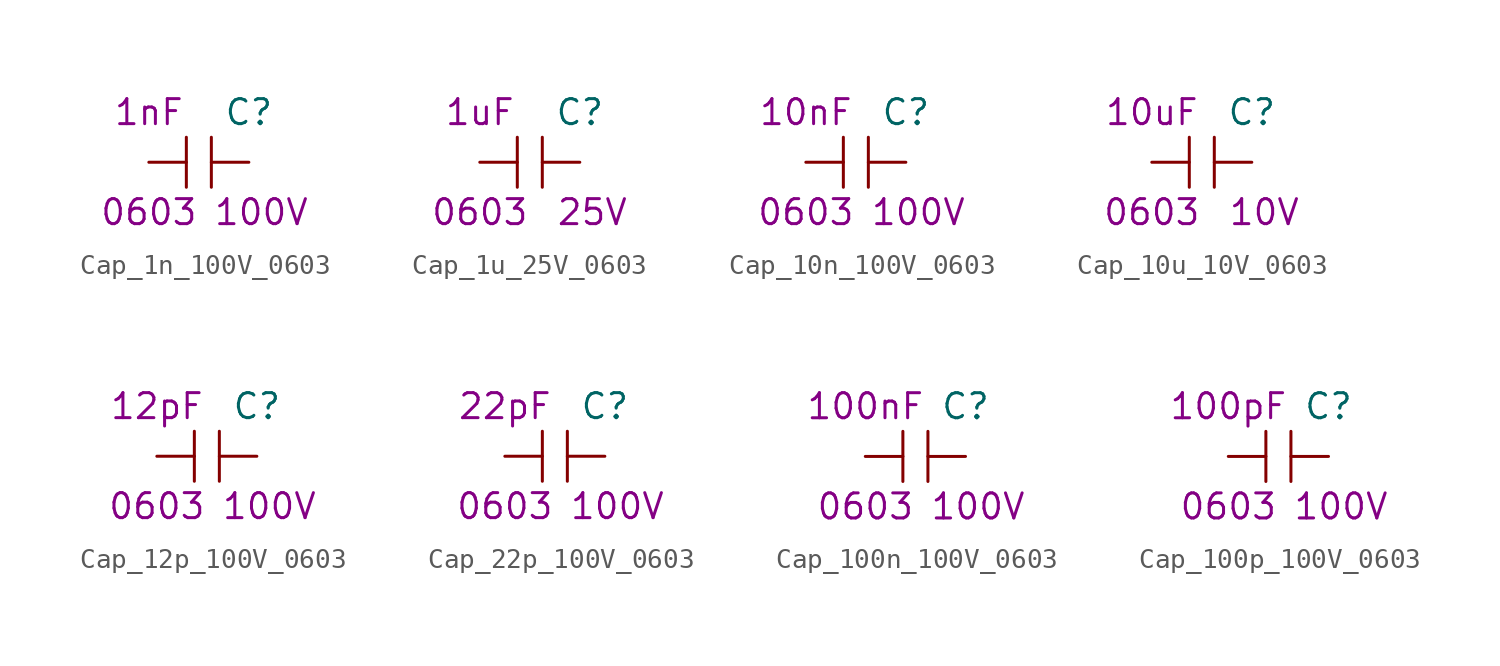
<source format=kicad_sym>
(kicad_symbol_lib
  (version 20211014)
  (generator kicad_symbol_editor)
  (symbol "Cap_1n_100V_0603"
    (pin_numbers hide)
    (pin_names
      (offset 0) hide)
    (property "Reference" "C"
      (at 5.08 2.54 0)
      (effects (font (size 1.27 1.27))))
    (property "Package" "0603"
      (at 0 -2.54 0)
      (effects (font (size 1.27 1.27))))
    (property "Voltage" "100V"
      (at 5.715 -2.54 0)
      (effects (font (size 1.27 1.27))))
    (property "Property" "1nF"
      (at 0 2.54 0)
      (effects (font (size 1.27 1.27))))
    (symbol "Cap_1n_100V_0603_0_1"
      (polyline (pts (xy 1.905 1.27) (xy 1.905 -1.27)) (stroke (width 0) (type default) (color 0 0 0 0)) (fill (type none)))
      (polyline (pts (xy 3.175 1.27) (xy 3.175 -1.27)) (stroke (width 0) (type default) (color 0 0 0 0)) (fill (type none))))
    (symbol "Cap_1n_100V_0603_1_1"
      (pin passive line (at 0 0 0) (length 1.905) (name "~" (effects (font (size 1.27 1.27)))) (number "1" (effects (font (size 1.27 1.27)))))
      (pin passive line (at 5.08 0 180) (length 1.905) (name "~" (effects (font (size 1.27 1.27)))) (number "2" (effects (font (size 1.27 1.27)))))))
  (symbol "Cap_1u_25V_0603"
    (pin_numbers hide)
    (pin_names
      (offset 0) hide)
    (property "Reference" "C"
      (at 5.08 2.54 0)
      (effects (font (size 1.27 1.27))))
    (property "Package" "0603"
      (at 0 -2.54 0)
      (effects (font (size 1.27 1.27))))
    (property "Voltage" "25V"
      (at 5.715 -2.54 0)
      (effects (font (size 1.27 1.27))))
    (property "Property" "1uF"
      (at 0 2.54 0)
      (effects (font (size 1.27 1.27))))
    (symbol "Cap_1u_25V_0603_0_1"
      (polyline (pts (xy 1.905 1.27) (xy 1.905 -1.27)) (stroke (width 0) (type default) (color 0 0 0 0)) (fill (type none)))
      (polyline (pts (xy 3.175 1.27) (xy 3.175 -1.27)) (stroke (width 0) (type default) (color 0 0 0 0)) (fill (type none))))
    (symbol "Cap_1u_25V_0603_1_1"
      (pin passive line (at 0 0 0) (length 1.905) (name "~" (effects (font (size 1.27 1.27)))) (number "1" (effects (font (size 1.27 1.27)))))
      (pin passive line (at 5.08 0 180) (length 1.905) (name "~" (effects (font (size 1.27 1.27)))) (number "2" (effects (font (size 1.27 1.27)))))))
  (symbol "Cap_10n_100V_0603"
    (pin_numbers hide)
    (pin_names
      (offset 0) hide)
    (property "Reference" "C"
      (at 5.08 2.54 0)
      (effects (font (size 1.27 1.27))))
    (property "Package" "0603"
      (at 0 -2.54 0)
      (effects (font (size 1.27 1.27))))
    (property "Voltage" "100V"
      (at 5.715 -2.54 0)
      (effects (font (size 1.27 1.27))))
    (property "Property" "10nF"
      (at 0 2.54 0)
      (effects (font (size 1.27 1.27))))
    (symbol "Cap_10n_100V_0603_0_1"
      (polyline (pts (xy 1.905 1.27) (xy 1.905 -1.27)) (stroke (width 0) (type default) (color 0 0 0 0)) (fill (type none)))
      (polyline (pts (xy 3.175 1.27) (xy 3.175 -1.27)) (stroke (width 0) (type default) (color 0 0 0 0)) (fill (type none))))
    (symbol "Cap_10n_100V_0603_1_1"
      (pin passive line (at 0 0 0) (length 1.905) (name "~" (effects (font (size 1.27 1.27)))) (number "1" (effects (font (size 1.27 1.27)))))
      (pin passive line (at 5.08 0 180) (length 1.905) (name "~" (effects (font (size 1.27 1.27)))) (number "2" (effects (font (size 1.27 1.27)))))))
  (symbol "Cap_10u_10V_0603"
    (pin_numbers hide)
    (pin_names
      (offset 0) hide)
    (property "Reference" "C"
      (at 5.08 2.54 0)
      (effects (font (size 1.27 1.27))))
    (property "Package" "0603"
      (at 0 -2.54 0)
      (effects (font (size 1.27 1.27))))
    (property "Voltage" "10V"
      (at 5.715 -2.54 0)
      (effects (font (size 1.27 1.27))))
    (property "Property" "10uF"
      (at 0 2.54 0)
      (effects (font (size 1.27 1.27))))
    (symbol "Cap_10u_10V_0603_0_1"
      (polyline (pts (xy 1.905 1.27) (xy 1.905 -1.27)) (stroke (width 0) (type default) (color 0 0 0 0)) (fill (type none)))
      (polyline (pts (xy 3.175 1.27) (xy 3.175 -1.27)) (stroke (width 0) (type default) (color 0 0 0 0)) (fill (type none))))
    (symbol "Cap_10u_10V_0603_1_1"
      (pin passive line (at 0 0 0) (length 1.905) (name "~" (effects (font (size 1.27 1.27)))) (number "1" (effects (font (size 1.27 1.27)))))
      (pin passive line (at 5.08 0 180) (length 1.905) (name "~" (effects (font (size 1.27 1.27)))) (number "2" (effects (font (size 1.27 1.27)))))))
  (symbol "Cap_12p_100V_0603"
    (pin_numbers hide)
    (pin_names
      (offset 0) hide)
    (property "Reference" "C"
      (at 5.08 2.54 0)
      (effects (font (size 1.27 1.27))))
    (property "Package" "0603"
      (at 0 -2.54 0)
      (effects (font (size 1.27 1.27))))
    (property "Voltage" "100V"
      (at 5.715 -2.54 0)
      (effects (font (size 1.27 1.27))))
    (property "Property" "12pF"
      (at 0 2.54 0)
      (effects (font (size 1.27 1.27))))
    (symbol "Cap_12p_100V_0603_0_1"
      (polyline (pts (xy 1.905 1.27) (xy 1.905 -1.27)) (stroke (width 0) (type default) (color 0 0 0 0)) (fill (type none)))
      (polyline (pts (xy 3.175 1.27) (xy 3.175 -1.27)) (stroke (width 0) (type default) (color 0 0 0 0)) (fill (type none))))
    (symbol "Cap_12p_100V_0603_1_1"
      (pin passive line (at 0 0 0) (length 1.905) (name "~" (effects (font (size 1.27 1.27)))) (number "1" (effects (font (size 1.27 1.27)))))
      (pin passive line (at 5.08 0 180) (length 1.905) (name "~" (effects (font (size 1.27 1.27)))) (number "2" (effects (font (size 1.27 1.27)))))))
  (symbol "Cap_22p_100V_0603"
    (pin_numbers hide)
    (pin_names
      (offset 0) hide)
    (property "Reference" "C"
      (at 5.08 2.54 0)
      (effects (font (size 1.27 1.27))))
    (property "Package" "0603"
      (at 0 -2.54 0)
      (effects (font (size 1.27 1.27))))
    (property "Voltage" "100V"
      (at 5.715 -2.54 0)
      (effects (font (size 1.27 1.27))))
    (property "Property" "22pF"
      (at 0 2.54 0)
      (effects (font (size 1.27 1.27))))
    (symbol "Cap_22p_100V_0603_0_1"
      (polyline (pts (xy 1.905 1.27) (xy 1.905 -1.27)) (stroke (width 0) (type default) (color 0 0 0 0)) (fill (type none)))
      (polyline (pts (xy 3.175 1.27) (xy 3.175 -1.27)) (stroke (width 0) (type default) (color 0 0 0 0)) (fill (type none))))
    (symbol "Cap_22p_100V_0603_1_1"
      (pin passive line (at 0 0 0) (length 1.905) (name "~" (effects (font (size 1.27 1.27)))) (number "1" (effects (font (size 1.27 1.27)))))
      (pin passive line (at 5.08 0 180) (length 1.905) (name "~" (effects (font (size 1.27 1.27)))) (number "2" (effects (font (size 1.27 1.27)))))))
  (symbol "Cap_100n_100V_0603"
    (pin_numbers hide)
    (pin_names
      (offset 0) hide)
    (property "Reference" "C"
      (at 5.08 2.54 0)
      (effects (font (size 1.27 1.27))))
    (property "Package" "0603"
      (at 0 -2.54 0)
      (effects (font (size 1.27 1.27))))
    (property "Voltage" "100V"
      (at 5.715 -2.54 0)
      (effects (font (size 1.27 1.27))))
    (property "Property" "100nF"
      (at 0 2.54 0)
      (effects (font (size 1.27 1.27))))
    (symbol "Cap_100n_100V_0603_0_1"
      (polyline (pts (xy 1.905 1.27) (xy 1.905 -1.27)) (stroke (width 0) (type default) (color 0 0 0 0)) (fill (type none)))
      (polyline (pts (xy 3.175 1.27) (xy 3.175 -1.27)) (stroke (width 0) (type default) (color 0 0 0 0)) (fill (type none))))
    (symbol "Cap_100n_100V_0603_1_1"
      (pin passive line (at 0 0 0) (length 1.905) (name "~" (effects (font (size 1.27 1.27)))) (number "1" (effects (font (size 1.27 1.27)))))
      (pin passive line (at 5.08 0 180) (length 1.905) (name "~" (effects (font (size 1.27 1.27)))) (number "2" (effects (font (size 1.27 1.27)))))))
  (symbol "Cap_100p_100V_0603"
    (pin_numbers hide)
    (pin_names
      (offset 0) hide)
    (property "Reference" "C"
      (at 5.08 2.54 0)
      (effects (font (size 1.27 1.27))))
    (property "Package" "0603"
      (at 0 -2.54 0)
      (effects (font (size 1.27 1.27))))
    (property "Voltage" "100V"
      (at 5.715 -2.54 0)
      (effects (font (size 1.27 1.27))))
    (property "Property" "100pF"
      (at 0 2.54 0)
      (effects (font (size 1.27 1.27))))
    (symbol "Cap_100p_100V_0603_0_1"
      (polyline (pts (xy 1.905 1.27) (xy 1.905 -1.27)) (stroke (width 0) (type default) (color 0 0 0 0)) (fill (type none)))
      (polyline (pts (xy 3.175 1.27) (xy 3.175 -1.27)) (stroke (width 0) (type default) (color 0 0 0 0)) (fill (type none))))
    (symbol "Cap_100p_100V_0603_1_1"
      (pin passive line (at 0 0 0) (length 1.905) (name "~" (effects (font (size 1.27 1.27)))) (number "1" (effects (font (size 1.27 1.27)))))
      (pin passive line (at 5.08 0 180) (length 1.905) (name "~" (effects (font (size 1.27 1.27)))) (number "2" (effects (font (size 1.27 1.27))))))))
</source>
